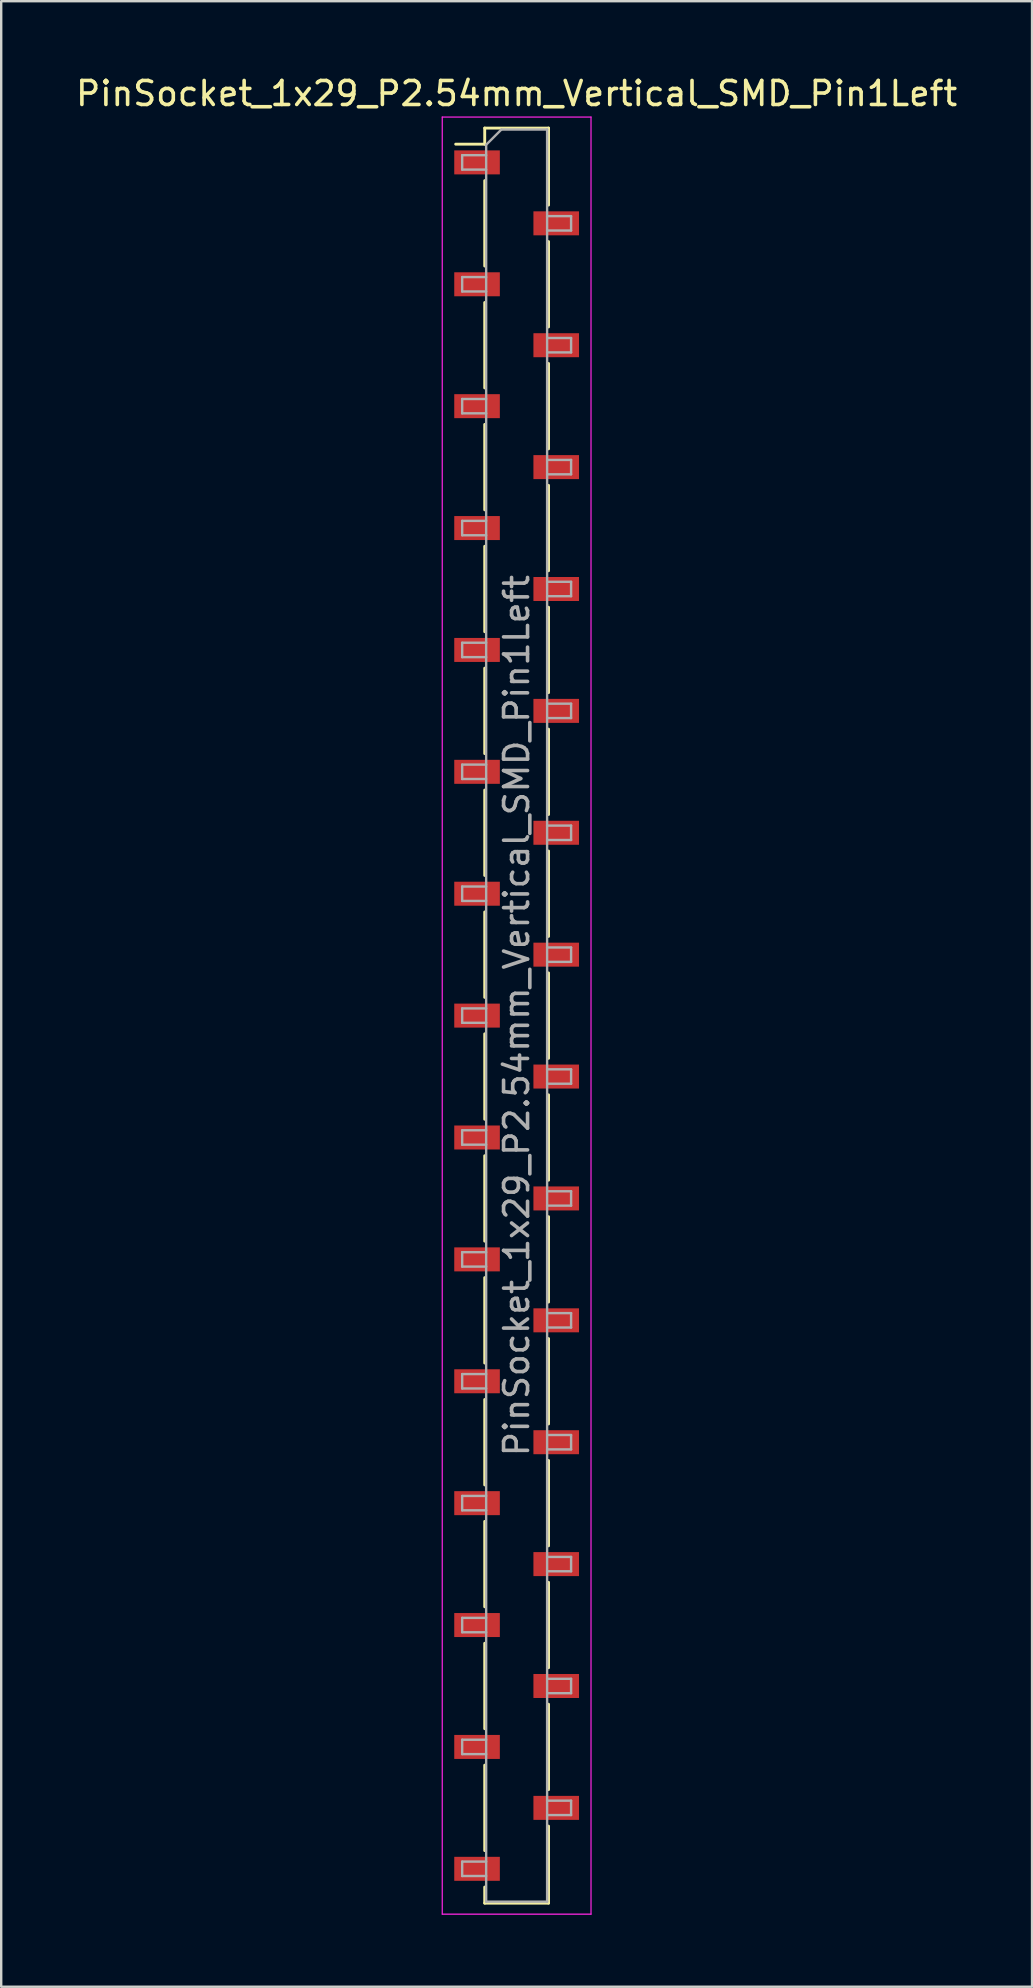
<source format=kicad_pcb>
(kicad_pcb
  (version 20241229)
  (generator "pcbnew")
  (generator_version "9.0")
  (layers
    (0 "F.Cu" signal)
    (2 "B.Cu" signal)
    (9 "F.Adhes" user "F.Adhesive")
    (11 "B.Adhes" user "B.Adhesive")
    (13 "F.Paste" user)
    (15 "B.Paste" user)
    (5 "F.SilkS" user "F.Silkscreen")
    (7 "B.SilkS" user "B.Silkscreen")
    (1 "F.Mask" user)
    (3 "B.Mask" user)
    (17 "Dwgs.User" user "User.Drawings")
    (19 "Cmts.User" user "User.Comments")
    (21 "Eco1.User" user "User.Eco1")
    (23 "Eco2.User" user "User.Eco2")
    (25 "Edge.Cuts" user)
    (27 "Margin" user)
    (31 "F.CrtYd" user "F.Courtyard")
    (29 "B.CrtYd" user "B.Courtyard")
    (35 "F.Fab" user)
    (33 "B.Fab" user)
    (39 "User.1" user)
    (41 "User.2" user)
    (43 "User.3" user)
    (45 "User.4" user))
  (footprint "PinSocket_1x29_P2.54mm_Vertical_SMD_Pin1Left"
    (layer "F.Cu")
    (at 18.482 39.278)
    (property "Reference" "PinSocket_1x29_P2.54mm_Vertical_SMD_Pin1Left" (at 0 -38.43 0) (layer "F.SilkS") (effects (font (size 1 1) (thickness 0.15))))
    (attr smd)
    (fp_line (start -2.54 -36.32) (end -1.33 -36.32) (stroke (width 0.12) (type solid)) (layer "F.SilkS"))
    (fp_line (start -1.33 -36.99) (end -1.33 -36.32) (stroke (width 0.12) (type solid)) (layer "F.SilkS"))
    (fp_line (start -1.33 -36.99) (end 1.33 -36.99) (stroke (width 0.12) (type solid)) (layer "F.SilkS"))
    (fp_line (start -1.33 -34.8) (end -1.33 -31.24) (stroke (width 0.12) (type solid)) (layer "F.SilkS"))
    (fp_line (start -1.33 -29.72) (end -1.33 -26.16) (stroke (width 0.12) (type solid)) (layer "F.SilkS"))
    (fp_line (start -1.33 -24.64) (end -1.33 -21.08) (stroke (width 0.12) (type solid)) (layer "F.SilkS"))
    (fp_line (start -1.33 -19.56) (end -1.33 -16) (stroke (width 0.12) (type solid)) (layer "F.SilkS"))
    (fp_line (start -1.33 -14.48) (end -1.33 -10.92) (stroke (width 0.12) (type solid)) (layer "F.SilkS"))
    (fp_line (start -1.33 -9.4) (end -1.33 -5.84) (stroke (width 0.12) (type solid)) (layer "F.SilkS"))
    (fp_line (start -1.33 -4.32) (end -1.33 -0.76) (stroke (width 0.12) (type solid)) (layer "F.SilkS"))
    (fp_line (start -1.33 0.76) (end -1.33 4.32) (stroke (width 0.12) (type solid)) (layer "F.SilkS"))
    (fp_line (start -1.33 5.84) (end -1.33 9.4) (stroke (width 0.12) (type solid)) (layer "F.SilkS"))
    (fp_line (start -1.33 10.92) (end -1.33 14.48) (stroke (width 0.12) (type solid)) (layer "F.SilkS"))
    (fp_line (start -1.33 16) (end -1.33 19.56) (stroke (width 0.12) (type solid)) (layer "F.SilkS"))
    (fp_line (start -1.33 21.08) (end -1.33 24.64) (stroke (width 0.12) (type solid)) (layer "F.SilkS"))
    (fp_line (start -1.33 26.16) (end -1.33 29.72) (stroke (width 0.12) (type solid)) (layer "F.SilkS"))
    (fp_line (start -1.33 31.24) (end -1.33 34.8) (stroke (width 0.12) (type solid)) (layer "F.SilkS"))
    (fp_line (start -1.33 36.32) (end -1.33 36.99) (stroke (width 0.12) (type solid)) (layer "F.SilkS"))
    (fp_line (start -1.33 36.99) (end 1.33 36.99) (stroke (width 0.12) (type solid)) (layer "F.SilkS"))
    (fp_line (start 1.33 -36.99) (end 1.33 -33.78) (stroke (width 0.12) (type solid)) (layer "F.SilkS"))
    (fp_line (start 1.33 -32.26) (end 1.33 -28.7) (stroke (width 0.12) (type solid)) (layer "F.SilkS"))
    (fp_line (start 1.33 -27.18) (end 1.33 -23.62) (stroke (width 0.12) (type solid)) (layer "F.SilkS"))
    (fp_line (start 1.33 -22.1) (end 1.33 -18.54) (stroke (width 0.12) (type solid)) (layer "F.SilkS"))
    (fp_line (start 1.33 -17.02) (end 1.33 -13.46) (stroke (width 0.12) (type solid)) (layer "F.SilkS"))
    (fp_line (start 1.33 -11.94) (end 1.33 -8.38) (stroke (width 0.12) (type solid)) (layer "F.SilkS"))
    (fp_line (start 1.33 -6.86) (end 1.33 -3.3) (stroke (width 0.12) (type solid)) (layer "F.SilkS"))
    (fp_line (start 1.33 -1.78) (end 1.33 1.78) (stroke (width 0.12) (type solid)) (layer "F.SilkS"))
    (fp_line (start 1.33 3.3) (end 1.33 6.86) (stroke (width 0.12) (type solid)) (layer "F.SilkS"))
    (fp_line (start 1.33 8.38) (end 1.33 11.94) (stroke (width 0.12) (type solid)) (layer "F.SilkS"))
    (fp_line (start 1.33 13.46) (end 1.33 17.02) (stroke (width 0.12) (type solid)) (layer "F.SilkS"))
    (fp_line (start 1.33 18.54) (end 1.33 22.1) (stroke (width 0.12) (type solid)) (layer "F.SilkS"))
    (fp_line (start 1.33 23.62) (end 1.33 27.18) (stroke (width 0.12) (type solid)) (layer "F.SilkS"))
    (fp_line (start 1.33 28.7) (end 1.33 32.26) (stroke (width 0.12) (type solid)) (layer "F.SilkS"))
    (fp_line (start 1.33 33.78) (end 1.33 36.99) (stroke (width 0.12) (type solid)) (layer "F.SilkS"))
    (fp_line (start -3.1 -37.45) (end 3.1 -37.45) (stroke (width 0.05) (type solid)) (layer "F.CrtYd"))
    (fp_line (start -3.1 37.45) (end -3.1 -37.45) (stroke (width 0.05) (type solid)) (layer "F.CrtYd"))
    (fp_line (start 3.1 -37.45) (end 3.1 37.45) (stroke (width 0.05) (type solid)) (layer "F.CrtYd"))
    (fp_line (start 3.1 37.45) (end -3.1 37.45) (stroke (width 0.05) (type solid)) (layer "F.CrtYd"))
    (fp_line (start -2.27 -35.86) (end -1.27 -35.86) (stroke (width 0.1) (type solid)) (layer "F.Fab"))
    (fp_line (start -2.27 -35.26) (end -2.27 -35.86) (stroke (width 0.1) (type solid)) (layer "F.Fab"))
    (fp_line (start -2.27 -30.78) (end -1.27 -30.78) (stroke (width 0.1) (type solid)) (layer "F.Fab"))
    (fp_line (start -2.27 -30.18) (end -2.27 -30.78) (stroke (width 0.1) (type solid)) (layer "F.Fab"))
    (fp_line (start -2.27 -25.7) (end -1.27 -25.7) (stroke (width 0.1) (type solid)) (layer "F.Fab"))
    (fp_line (start -2.27 -25.1) (end -2.27 -25.7) (stroke (width 0.1) (type solid)) (layer "F.Fab"))
    (fp_line (start -2.27 -20.62) (end -1.27 -20.62) (stroke (width 0.1) (type solid)) (layer "F.Fab"))
    (fp_line (start -2.27 -20.02) (end -2.27 -20.62) (stroke (width 0.1) (type solid)) (layer "F.Fab"))
    (fp_line (start -2.27 -15.54) (end -1.27 -15.54) (stroke (width 0.1) (type solid)) (layer "F.Fab"))
    (fp_line (start -2.27 -14.94) (end -2.27 -15.54) (stroke (width 0.1) (type solid)) (layer "F.Fab"))
    (fp_line (start -2.27 -10.46) (end -1.27 -10.46) (stroke (width 0.1) (type solid)) (layer "F.Fab"))
    (fp_line (start -2.27 -9.86) (end -2.27 -10.46) (stroke (width 0.1) (type solid)) (layer "F.Fab"))
    (fp_line (start -2.27 -5.38) (end -1.27 -5.38) (stroke (width 0.1) (type solid)) (layer "F.Fab"))
    (fp_line (start -2.27 -4.78) (end -2.27 -5.38) (stroke (width 0.1) (type solid)) (layer "F.Fab"))
    (fp_line (start -2.27 -0.3) (end -1.27 -0.3) (stroke (width 0.1) (type solid)) (layer "F.Fab"))
    (fp_line (start -2.27 0.3) (end -2.27 -0.3) (stroke (width 0.1) (type solid)) (layer "F.Fab"))
    (fp_line (start -2.27 4.78) (end -1.27 4.78) (stroke (width 0.1) (type solid)) (layer "F.Fab"))
    (fp_line (start -2.27 5.38) (end -2.27 4.78) (stroke (width 0.1) (type solid)) (layer "F.Fab"))
    (fp_line (start -2.27 9.86) (end -1.27 9.86) (stroke (width 0.1) (type solid)) (layer "F.Fab"))
    (fp_line (start -2.27 10.46) (end -2.27 9.86) (stroke (width 0.1) (type solid)) (layer "F.Fab"))
    (fp_line (start -2.27 14.94) (end -1.27 14.94) (stroke (width 0.1) (type solid)) (layer "F.Fab"))
    (fp_line (start -2.27 15.54) (end -2.27 14.94) (stroke (width 0.1) (type solid)) (layer "F.Fab"))
    (fp_line (start -2.27 20.02) (end -1.27 20.02) (stroke (width 0.1) (type solid)) (layer "F.Fab"))
    (fp_line (start -2.27 20.62) (end -2.27 20.02) (stroke (width 0.1) (type solid)) (layer "F.Fab"))
    (fp_line (start -2.27 25.1) (end -1.27 25.1) (stroke (width 0.1) (type solid)) (layer "F.Fab"))
    (fp_line (start -2.27 25.7) (end -2.27 25.1) (stroke (width 0.1) (type solid)) (layer "F.Fab"))
    (fp_line (start -2.27 30.18) (end -1.27 30.18) (stroke (width 0.1) (type solid)) (layer "F.Fab"))
    (fp_line (start -2.27 30.78) (end -2.27 30.18) (stroke (width 0.1) (type solid)) (layer "F.Fab"))
    (fp_line (start -2.27 35.26) (end -1.27 35.26) (stroke (width 0.1) (type solid)) (layer "F.Fab"))
    (fp_line (start -2.27 35.86) (end -2.27 35.26) (stroke (width 0.1) (type solid)) (layer "F.Fab"))
    (fp_line (start -1.27 -36.295) (end -0.635 -36.93) (stroke (width 0.1) (type solid)) (layer "F.Fab"))
    (fp_line (start -1.27 -35.26) (end -2.27 -35.26) (stroke (width 0.1) (type solid)) (layer "F.Fab"))
    (fp_line (start -1.27 -30.18) (end -2.27 -30.18) (stroke (width 0.1) (type solid)) (layer "F.Fab"))
    (fp_line (start -1.27 -25.1) (end -2.27 -25.1) (stroke (width 0.1) (type solid)) (layer "F.Fab"))
    (fp_line (start -1.27 -20.02) (end -2.27 -20.02) (stroke (width 0.1) (type solid)) (layer "F.Fab"))
    (fp_line (start -1.27 -14.94) (end -2.27 -14.94) (stroke (width 0.1) (type solid)) (layer "F.Fab"))
    (fp_line (start -1.27 -9.86) (end -2.27 -9.86) (stroke (width 0.1) (type solid)) (layer "F.Fab"))
    (fp_line (start -1.27 -4.78) (end -2.27 -4.78) (stroke (width 0.1) (type solid)) (layer "F.Fab"))
    (fp_line (start -1.27 0.3) (end -2.27 0.3) (stroke (width 0.1) (type solid)) (layer "F.Fab"))
    (fp_line (start -1.27 5.38) (end -2.27 5.38) (stroke (width 0.1) (type solid)) (layer "F.Fab"))
    (fp_line (start -1.27 10.46) (end -2.27 10.46) (stroke (width 0.1) (type solid)) (layer "F.Fab"))
    (fp_line (start -1.27 15.54) (end -2.27 15.54) (stroke (width 0.1) (type solid)) (layer "F.Fab"))
    (fp_line (start -1.27 20.62) (end -2.27 20.62) (stroke (width 0.1) (type solid)) (layer "F.Fab"))
    (fp_line (start -1.27 25.7) (end -2.27 25.7) (stroke (width 0.1) (type solid)) (layer "F.Fab"))
    (fp_line (start -1.27 30.78) (end -2.27 30.78) (stroke (width 0.1) (type solid)) (layer "F.Fab"))
    (fp_line (start -1.27 35.86) (end -2.27 35.86) (stroke (width 0.1) (type solid)) (layer "F.Fab"))
    (fp_line (start -1.27 36.93) (end -1.27 -36.295) (stroke (width 0.1) (type solid)) (layer "F.Fab"))
    (fp_line (start -0.635 -36.93) (end 1.27 -36.93) (stroke (width 0.1) (type solid)) (layer "F.Fab"))
    (fp_line (start 1.27 -36.93) (end 1.27 36.93) (stroke (width 0.1) (type solid)) (layer "F.Fab"))
    (fp_line (start 1.27 -33.32) (end 2.27 -33.32) (stroke (width 0.1) (type solid)) (layer "F.Fab"))
    (fp_line (start 1.27 -28.24) (end 2.27 -28.24) (stroke (width 0.1) (type solid)) (layer "F.Fab"))
    (fp_line (start 1.27 -23.16) (end 2.27 -23.16) (stroke (width 0.1) (type solid)) (layer "F.Fab"))
    (fp_line (start 1.27 -18.08) (end 2.27 -18.08) (stroke (width 0.1) (type solid)) (layer "F.Fab"))
    (fp_line (start 1.27 -13) (end 2.27 -13) (stroke (width 0.1) (type solid)) (layer "F.Fab"))
    (fp_line (start 1.27 -7.92) (end 2.27 -7.92) (stroke (width 0.1) (type solid)) (layer "F.Fab"))
    (fp_line (start 1.27 -2.84) (end 2.27 -2.84) (stroke (width 0.1) (type solid)) (layer "F.Fab"))
    (fp_line (start 1.27 2.24) (end 2.27 2.24) (stroke (width 0.1) (type solid)) (layer "F.Fab"))
    (fp_line (start 1.27 7.32) (end 2.27 7.32) (stroke (width 0.1) (type solid)) (layer "F.Fab"))
    (fp_line (start 1.27 12.4) (end 2.27 12.4) (stroke (width 0.1) (type solid)) (layer "F.Fab"))
    (fp_line (start 1.27 17.48) (end 2.27 17.48) (stroke (width 0.1) (type solid)) (layer "F.Fab"))
    (fp_line (start 1.27 22.56) (end 2.27 22.56) (stroke (width 0.1) (type solid)) (layer "F.Fab"))
    (fp_line (start 1.27 27.64) (end 2.27 27.64) (stroke (width 0.1) (type solid)) (layer "F.Fab"))
    (fp_line (start 1.27 32.72) (end 2.27 32.72) (stroke (width 0.1) (type solid)) (layer "F.Fab"))
    (fp_line (start 1.27 36.93) (end -1.27 36.93) (stroke (width 0.1) (type solid)) (layer "F.Fab"))
    (fp_line (start 2.27 -33.32) (end 2.27 -32.72) (stroke (width 0.1) (type solid)) (layer "F.Fab"))
    (fp_line (start 2.27 -32.72) (end 1.27 -32.72) (stroke (width 0.1) (type solid)) (layer "F.Fab"))
    (fp_line (start 2.27 -28.24) (end 2.27 -27.64) (stroke (width 0.1) (type solid)) (layer "F.Fab"))
    (fp_line (start 2.27 -27.64) (end 1.27 -27.64) (stroke (width 0.1) (type solid)) (layer "F.Fab"))
    (fp_line (start 2.27 -23.16) (end 2.27 -22.56) (stroke (width 0.1) (type solid)) (layer "F.Fab"))
    (fp_line (start 2.27 -22.56) (end 1.27 -22.56) (stroke (width 0.1) (type solid)) (layer "F.Fab"))
    (fp_line (start 2.27 -18.08) (end 2.27 -17.48) (stroke (width 0.1) (type solid)) (layer "F.Fab"))
    (fp_line (start 2.27 -17.48) (end 1.27 -17.48) (stroke (width 0.1) (type solid)) (layer "F.Fab"))
    (fp_line (start 2.27 -13) (end 2.27 -12.4) (stroke (width 0.1) (type solid)) (layer "F.Fab"))
    (fp_line (start 2.27 -12.4) (end 1.27 -12.4) (stroke (width 0.1) (type solid)) (layer "F.Fab"))
    (fp_line (start 2.27 -7.92) (end 2.27 -7.32) (stroke (width 0.1) (type solid)) (layer "F.Fab"))
    (fp_line (start 2.27 -7.32) (end 1.27 -7.32) (stroke (width 0.1) (type solid)) (layer "F.Fab"))
    (fp_line (start 2.27 -2.84) (end 2.27 -2.24) (stroke (width 0.1) (type solid)) (layer "F.Fab"))
    (fp_line (start 2.27 -2.24) (end 1.27 -2.24) (stroke (width 0.1) (type solid)) (layer "F.Fab"))
    (fp_line (start 2.27 2.24) (end 2.27 2.84) (stroke (width 0.1) (type solid)) (layer "F.Fab"))
    (fp_line (start 2.27 2.84) (end 1.27 2.84) (stroke (width 0.1) (type solid)) (layer "F.Fab"))
    (fp_line (start 2.27 7.32) (end 2.27 7.92) (stroke (width 0.1) (type solid)) (layer "F.Fab"))
    (fp_line (start 2.27 7.92) (end 1.27 7.92) (stroke (width 0.1) (type solid)) (layer "F.Fab"))
    (fp_line (start 2.27 12.4) (end 2.27 13) (stroke (width 0.1) (type solid)) (layer "F.Fab"))
    (fp_line (start 2.27 13) (end 1.27 13) (stroke (width 0.1) (type solid)) (layer "F.Fab"))
    (fp_line (start 2.27 17.48) (end 2.27 18.08) (stroke (width 0.1) (type solid)) (layer "F.Fab"))
    (fp_line (start 2.27 18.08) (end 1.27 18.08) (stroke (width 0.1) (type solid)) (layer "F.Fab"))
    (fp_line (start 2.27 22.56) (end 2.27 23.16) (stroke (width 0.1) (type solid)) (layer "F.Fab"))
    (fp_line (start 2.27 23.16) (end 1.27 23.16) (stroke (width 0.1) (type solid)) (layer "F.Fab"))
    (fp_line (start 2.27 27.64) (end 2.27 28.24) (stroke (width 0.1) (type solid)) (layer "F.Fab"))
    (fp_line (start 2.27 28.24) (end 1.27 28.24) (stroke (width 0.1) (type solid)) (layer "F.Fab"))
    (fp_line (start 2.27 32.72) (end 2.27 33.32) (stroke (width 0.1) (type solid)) (layer "F.Fab"))
    (fp_line (start 2.27 33.32) (end 1.27 33.32) (stroke (width 0.1) (type solid)) (layer "F.Fab"))
    (fp_text user "${REFERENCE}" (at 0 0 90) (layer "F.Fab") (effects (font (size 1 1) (thickness 0.15))))
    (pad "1" smd rect (at -1.65 -35.56) (size 1.9 1) (layers "F.Cu" "F.Mask" "F.Paste"))
    (pad "2" smd rect (at 1.65 -33.02) (size 1.9 1) (layers "F.Cu" "F.Mask" "F.Paste"))
    (pad "3" smd rect (at -1.65 -30.48) (size 1.9 1) (layers "F.Cu" "F.Mask" "F.Paste"))
    (pad "4" smd rect (at 1.65 -27.94) (size 1.9 1) (layers "F.Cu" "F.Mask" "F.Paste"))
    (pad "5" smd rect (at -1.65 -25.4) (size 1.9 1) (layers "F.Cu" "F.Mask" "F.Paste"))
    (pad "6" smd rect (at 1.65 -22.86) (size 1.9 1) (layers "F.Cu" "F.Mask" "F.Paste"))
    (pad "7" smd rect (at -1.65 -20.32) (size 1.9 1) (layers "F.Cu" "F.Mask" "F.Paste"))
    (pad "8" smd rect (at 1.65 -17.78) (size 1.9 1) (layers "F.Cu" "F.Mask" "F.Paste"))
    (pad "9" smd rect (at -1.65 -15.24) (size 1.9 1) (layers "F.Cu" "F.Mask" "F.Paste"))
    (pad "10" smd rect (at 1.65 -12.7) (size 1.9 1) (layers "F.Cu" "F.Mask" "F.Paste"))
    (pad "11" smd rect (at -1.65 -10.16) (size 1.9 1) (layers "F.Cu" "F.Mask" "F.Paste"))
    (pad "12" smd rect (at 1.65 -7.62) (size 1.9 1) (layers "F.Cu" "F.Mask" "F.Paste"))
    (pad "13" smd rect (at -1.65 -5.08) (size 1.9 1) (layers "F.Cu" "F.Mask" "F.Paste"))
    (pad "14" smd rect (at 1.65 -2.54) (size 1.9 1) (layers "F.Cu" "F.Mask" "F.Paste"))
    (pad "15" smd rect (at -1.65 0) (size 1.9 1) (layers "F.Cu" "F.Mask" "F.Paste"))
    (pad "16" smd rect (at 1.65 2.54) (size 1.9 1) (layers "F.Cu" "F.Mask" "F.Paste"))
    (pad "17" smd rect (at -1.65 5.08) (size 1.9 1) (layers "F.Cu" "F.Mask" "F.Paste"))
    (pad "18" smd rect (at 1.65 7.62) (size 1.9 1) (layers "F.Cu" "F.Mask" "F.Paste"))
    (pad "19" smd rect (at -1.65 10.16) (size 1.9 1) (layers "F.Cu" "F.Mask" "F.Paste"))
    (pad "20" smd rect (at 1.65 12.7) (size 1.9 1) (layers "F.Cu" "F.Mask" "F.Paste"))
    (pad "21" smd rect (at -1.65 15.24) (size 1.9 1) (layers "F.Cu" "F.Mask" "F.Paste"))
    (pad "22" smd rect (at 1.65 17.78) (size 1.9 1) (layers "F.Cu" "F.Mask" "F.Paste"))
    (pad "23" smd rect (at -1.65 20.32) (size 1.9 1) (layers "F.Cu" "F.Mask" "F.Paste"))
    (pad "24" smd rect (at 1.65 22.86) (size 1.9 1) (layers "F.Cu" "F.Mask" "F.Paste"))
    (pad "25" smd rect (at -1.65 25.4) (size 1.9 1) (layers "F.Cu" "F.Mask" "F.Paste"))
    (pad "26" smd rect (at 1.65 27.94) (size 1.9 1) (layers "F.Cu" "F.Mask" "F.Paste"))
    (pad "27" smd rect (at -1.65 30.48) (size 1.9 1) (layers "F.Cu" "F.Mask" "F.Paste"))
    (pad "28" smd rect (at 1.65 33.02) (size 1.9 1) (layers "F.Cu" "F.Mask" "F.Paste"))
    (pad "29" smd rect (at -1.65 35.56) (size 1.9 1) (layers "F.Cu" "F.Mask" "F.Paste")))
  (gr_rect
    (start -3 -3)
    (end 39.964 79.753)
    (stroke (width 0.1) (type default))
    (fill no)
    (layer "Edge.Cuts")))
</source>
